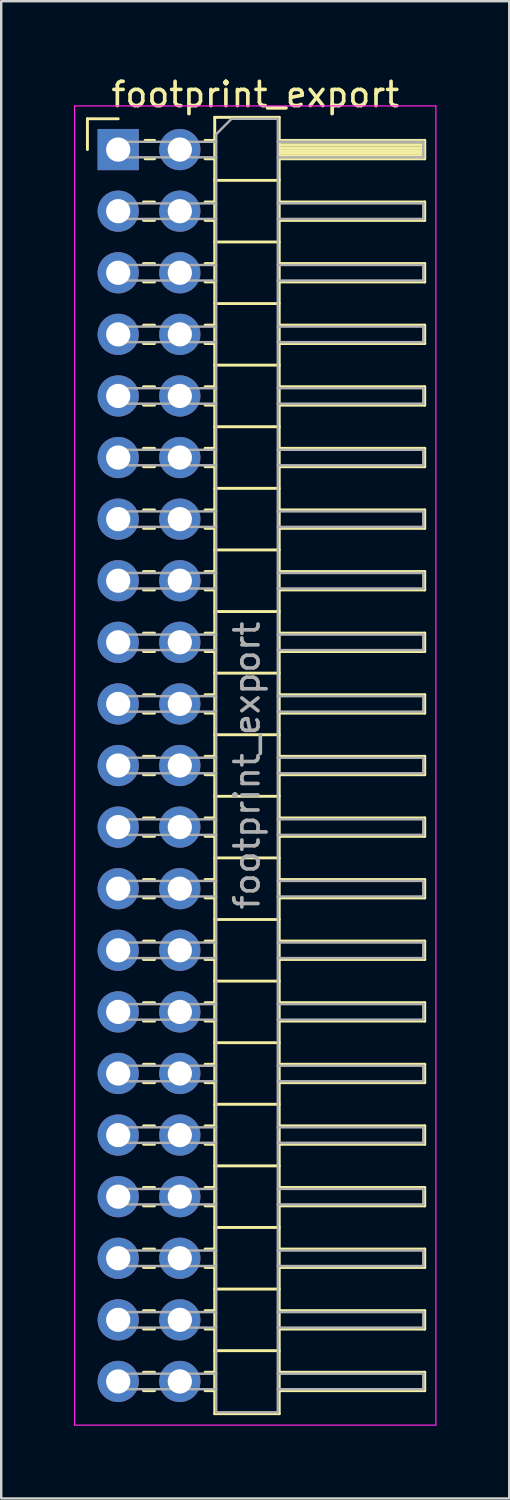
<source format=kicad_pcb>
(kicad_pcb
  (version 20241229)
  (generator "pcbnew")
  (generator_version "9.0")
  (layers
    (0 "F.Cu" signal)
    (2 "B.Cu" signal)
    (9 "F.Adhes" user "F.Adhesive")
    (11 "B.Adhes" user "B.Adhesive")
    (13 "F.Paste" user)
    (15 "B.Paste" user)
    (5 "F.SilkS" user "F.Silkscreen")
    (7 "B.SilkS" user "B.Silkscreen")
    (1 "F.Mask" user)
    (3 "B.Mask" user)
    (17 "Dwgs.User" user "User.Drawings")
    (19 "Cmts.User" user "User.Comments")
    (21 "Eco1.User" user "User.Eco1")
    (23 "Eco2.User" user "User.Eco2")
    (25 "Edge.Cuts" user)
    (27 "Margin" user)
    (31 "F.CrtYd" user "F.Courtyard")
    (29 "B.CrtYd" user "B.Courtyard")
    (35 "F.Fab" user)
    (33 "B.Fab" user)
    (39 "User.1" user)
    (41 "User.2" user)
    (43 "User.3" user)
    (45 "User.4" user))
  (footprint "footprint_export"
    (layer "F.Cu")
    (at 1.825 3.118)
    (property "Reference" "footprint_export" (at 5.655 -2.27 0) (layer "F.SilkS") (effects (font (size 1 1) (thickness 0.15))))
    (attr through_hole)
    (fp_line (start -1.27 -1.27) (end 0 -1.27) (stroke (width 0.12) (type solid)) (layer "F.SilkS"))
    (fp_line (start -1.27 0) (end -1.27 -1.27) (stroke (width 0.12) (type solid)) (layer "F.SilkS"))
    (fp_line (start 1.043 2.16) (end 1.497 2.16) (stroke (width 0.12) (type solid)) (layer "F.SilkS"))
    (fp_line (start 1.043 2.92) (end 1.497 2.92) (stroke (width 0.12) (type solid)) (layer "F.SilkS"))
    (fp_line (start 1.043 4.7) (end 1.497 4.7) (stroke (width 0.12) (type solid)) (layer "F.SilkS"))
    (fp_line (start 1.043 5.46) (end 1.497 5.46) (stroke (width 0.12) (type solid)) (layer "F.SilkS"))
    (fp_line (start 1.043 7.24) (end 1.497 7.24) (stroke (width 0.12) (type solid)) (layer "F.SilkS"))
    (fp_line (start 1.043 8) (end 1.497 8) (stroke (width 0.12) (type solid)) (layer "F.SilkS"))
    (fp_line (start 1.043 9.78) (end 1.497 9.78) (stroke (width 0.12) (type solid)) (layer "F.SilkS"))
    (fp_line (start 1.043 10.54) (end 1.497 10.54) (stroke (width 0.12) (type solid)) (layer "F.SilkS"))
    (fp_line (start 1.043 12.32) (end 1.497 12.32) (stroke (width 0.12) (type solid)) (layer "F.SilkS"))
    (fp_line (start 1.043 13.08) (end 1.497 13.08) (stroke (width 0.12) (type solid)) (layer "F.SilkS"))
    (fp_line (start 1.043 14.86) (end 1.497 14.86) (stroke (width 0.12) (type solid)) (layer "F.SilkS"))
    (fp_line (start 1.043 15.62) (end 1.497 15.62) (stroke (width 0.12) (type solid)) (layer "F.SilkS"))
    (fp_line (start 1.043 17.4) (end 1.497 17.4) (stroke (width 0.12) (type solid)) (layer "F.SilkS"))
    (fp_line (start 1.043 18.16) (end 1.497 18.16) (stroke (width 0.12) (type solid)) (layer "F.SilkS"))
    (fp_line (start 1.043 19.94) (end 1.497 19.94) (stroke (width 0.12) (type solid)) (layer "F.SilkS"))
    (fp_line (start 1.043 20.7) (end 1.497 20.7) (stroke (width 0.12) (type solid)) (layer "F.SilkS"))
    (fp_line (start 1.043 22.48) (end 1.497 22.48) (stroke (width 0.12) (type solid)) (layer "F.SilkS"))
    (fp_line (start 1.043 23.24) (end 1.497 23.24) (stroke (width 0.12) (type solid)) (layer "F.SilkS"))
    (fp_line (start 1.043 25.02) (end 1.497 25.02) (stroke (width 0.12) (type solid)) (layer "F.SilkS"))
    (fp_line (start 1.043 25.78) (end 1.497 25.78) (stroke (width 0.12) (type solid)) (layer "F.SilkS"))
    (fp_line (start 1.043 27.56) (end 1.497 27.56) (stroke (width 0.12) (type solid)) (layer "F.SilkS"))
    (fp_line (start 1.043 28.32) (end 1.497 28.32) (stroke (width 0.12) (type solid)) (layer "F.SilkS"))
    (fp_line (start 1.043 30.1) (end 1.497 30.1) (stroke (width 0.12) (type solid)) (layer "F.SilkS"))
    (fp_line (start 1.043 30.86) (end 1.497 30.86) (stroke (width 0.12) (type solid)) (layer "F.SilkS"))
    (fp_line (start 1.043 32.64) (end 1.497 32.64) (stroke (width 0.12) (type solid)) (layer "F.SilkS"))
    (fp_line (start 1.043 33.4) (end 1.497 33.4) (stroke (width 0.12) (type solid)) (layer "F.SilkS"))
    (fp_line (start 1.043 35.18) (end 1.497 35.18) (stroke (width 0.12) (type solid)) (layer "F.SilkS"))
    (fp_line (start 1.043 35.94) (end 1.497 35.94) (stroke (width 0.12) (type solid)) (layer "F.SilkS"))
    (fp_line (start 1.043 37.72) (end 1.497 37.72) (stroke (width 0.12) (type solid)) (layer "F.SilkS"))
    (fp_line (start 1.043 38.48) (end 1.497 38.48) (stroke (width 0.12) (type solid)) (layer "F.SilkS"))
    (fp_line (start 1.043 40.26) (end 1.497 40.26) (stroke (width 0.12) (type solid)) (layer "F.SilkS"))
    (fp_line (start 1.043 41.02) (end 1.497 41.02) (stroke (width 0.12) (type solid)) (layer "F.SilkS"))
    (fp_line (start 1.043 42.8) (end 1.497 42.8) (stroke (width 0.12) (type solid)) (layer "F.SilkS"))
    (fp_line (start 1.043 43.56) (end 1.497 43.56) (stroke (width 0.12) (type solid)) (layer "F.SilkS"))
    (fp_line (start 1.043 45.34) (end 1.497 45.34) (stroke (width 0.12) (type solid)) (layer "F.SilkS"))
    (fp_line (start 1.043 46.1) (end 1.497 46.1) (stroke (width 0.12) (type solid)) (layer "F.SilkS"))
    (fp_line (start 1.043 47.88) (end 1.497 47.88) (stroke (width 0.12) (type solid)) (layer "F.SilkS"))
    (fp_line (start 1.043 48.64) (end 1.497 48.64) (stroke (width 0.12) (type solid)) (layer "F.SilkS"))
    (fp_line (start 1.043 50.42) (end 1.497 50.42) (stroke (width 0.12) (type solid)) (layer "F.SilkS"))
    (fp_line (start 1.043 51.18) (end 1.497 51.18) (stroke (width 0.12) (type solid)) (layer "F.SilkS"))
    (fp_line (start 1.11 -0.38) (end 1.497 -0.38) (stroke (width 0.12) (type solid)) (layer "F.SilkS"))
    (fp_line (start 1.11 0.38) (end 1.497 0.38) (stroke (width 0.12) (type solid)) (layer "F.SilkS"))
    (fp_line (start 3.583 -0.38) (end 3.98 -0.38) (stroke (width 0.12) (type solid)) (layer "F.SilkS"))
    (fp_line (start 3.583 0.38) (end 3.98 0.38) (stroke (width 0.12) (type solid)) (layer "F.SilkS"))
    (fp_line (start 3.583 2.16) (end 3.98 2.16) (stroke (width 0.12) (type solid)) (layer "F.SilkS"))
    (fp_line (start 3.583 2.92) (end 3.98 2.92) (stroke (width 0.12) (type solid)) (layer "F.SilkS"))
    (fp_line (start 3.583 4.7) (end 3.98 4.7) (stroke (width 0.12) (type solid)) (layer "F.SilkS"))
    (fp_line (start 3.583 5.46) (end 3.98 5.46) (stroke (width 0.12) (type solid)) (layer "F.SilkS"))
    (fp_line (start 3.583 7.24) (end 3.98 7.24) (stroke (width 0.12) (type solid)) (layer "F.SilkS"))
    (fp_line (start 3.583 8) (end 3.98 8) (stroke (width 0.12) (type solid)) (layer "F.SilkS"))
    (fp_line (start 3.583 9.78) (end 3.98 9.78) (stroke (width 0.12) (type solid)) (layer "F.SilkS"))
    (fp_line (start 3.583 10.54) (end 3.98 10.54) (stroke (width 0.12) (type solid)) (layer "F.SilkS"))
    (fp_line (start 3.583 12.32) (end 3.98 12.32) (stroke (width 0.12) (type solid)) (layer "F.SilkS"))
    (fp_line (start 3.583 13.08) (end 3.98 13.08) (stroke (width 0.12) (type solid)) (layer "F.SilkS"))
    (fp_line (start 3.583 14.86) (end 3.98 14.86) (stroke (width 0.12) (type solid)) (layer "F.SilkS"))
    (fp_line (start 3.583 15.62) (end 3.98 15.62) (stroke (width 0.12) (type solid)) (layer "F.SilkS"))
    (fp_line (start 3.583 17.4) (end 3.98 17.4) (stroke (width 0.12) (type solid)) (layer "F.SilkS"))
    (fp_line (start 3.583 18.16) (end 3.98 18.16) (stroke (width 0.12) (type solid)) (layer "F.SilkS"))
    (fp_line (start 3.583 19.94) (end 3.98 19.94) (stroke (width 0.12) (type solid)) (layer "F.SilkS"))
    (fp_line (start 3.583 20.7) (end 3.98 20.7) (stroke (width 0.12) (type solid)) (layer "F.SilkS"))
    (fp_line (start 3.583 22.48) (end 3.98 22.48) (stroke (width 0.12) (type solid)) (layer "F.SilkS"))
    (fp_line (start 3.583 23.24) (end 3.98 23.24) (stroke (width 0.12) (type solid)) (layer "F.SilkS"))
    (fp_line (start 3.583 25.02) (end 3.98 25.02) (stroke (width 0.12) (type solid)) (layer "F.SilkS"))
    (fp_line (start 3.583 25.78) (end 3.98 25.78) (stroke (width 0.12) (type solid)) (layer "F.SilkS"))
    (fp_line (start 3.583 27.56) (end 3.98 27.56) (stroke (width 0.12) (type solid)) (layer "F.SilkS"))
    (fp_line (start 3.583 28.32) (end 3.98 28.32) (stroke (width 0.12) (type solid)) (layer "F.SilkS"))
    (fp_line (start 3.583 30.1) (end 3.98 30.1) (stroke (width 0.12) (type solid)) (layer "F.SilkS"))
    (fp_line (start 3.583 30.86) (end 3.98 30.86) (stroke (width 0.12) (type solid)) (layer "F.SilkS"))
    (fp_line (start 3.583 32.64) (end 3.98 32.64) (stroke (width 0.12) (type solid)) (layer "F.SilkS"))
    (fp_line (start 3.583 33.4) (end 3.98 33.4) (stroke (width 0.12) (type solid)) (layer "F.SilkS"))
    (fp_line (start 3.583 35.18) (end 3.98 35.18) (stroke (width 0.12) (type solid)) (layer "F.SilkS"))
    (fp_line (start 3.583 35.94) (end 3.98 35.94) (stroke (width 0.12) (type solid)) (layer "F.SilkS"))
    (fp_line (start 3.583 37.72) (end 3.98 37.72) (stroke (width 0.12) (type solid)) (layer "F.SilkS"))
    (fp_line (start 3.583 38.48) (end 3.98 38.48) (stroke (width 0.12) (type solid)) (layer "F.SilkS"))
    (fp_line (start 3.583 40.26) (end 3.98 40.26) (stroke (width 0.12) (type solid)) (layer "F.SilkS"))
    (fp_line (start 3.583 41.02) (end 3.98 41.02) (stroke (width 0.12) (type solid)) (layer "F.SilkS"))
    (fp_line (start 3.583 42.8) (end 3.98 42.8) (stroke (width 0.12) (type solid)) (layer "F.SilkS"))
    (fp_line (start 3.583 43.56) (end 3.98 43.56) (stroke (width 0.12) (type solid)) (layer "F.SilkS"))
    (fp_line (start 3.583 45.34) (end 3.98 45.34) (stroke (width 0.12) (type solid)) (layer "F.SilkS"))
    (fp_line (start 3.583 46.1) (end 3.98 46.1) (stroke (width 0.12) (type solid)) (layer "F.SilkS"))
    (fp_line (start 3.583 47.88) (end 3.98 47.88) (stroke (width 0.12) (type solid)) (layer "F.SilkS"))
    (fp_line (start 3.583 48.64) (end 3.98 48.64) (stroke (width 0.12) (type solid)) (layer "F.SilkS"))
    (fp_line (start 3.583 50.42) (end 3.98 50.42) (stroke (width 0.12) (type solid)) (layer "F.SilkS"))
    (fp_line (start 3.583 51.18) (end 3.98 51.18) (stroke (width 0.12) (type solid)) (layer "F.SilkS"))
    (fp_line (start 3.98 -1.33) (end 3.98 52.13) (stroke (width 0.12) (type solid)) (layer "F.SilkS"))
    (fp_line (start 3.98 1.27) (end 6.64 1.27) (stroke (width 0.12) (type solid)) (layer "F.SilkS"))
    (fp_line (start 3.98 3.81) (end 6.64 3.81) (stroke (width 0.12) (type solid)) (layer "F.SilkS"))
    (fp_line (start 3.98 6.35) (end 6.64 6.35) (stroke (width 0.12) (type solid)) (layer "F.SilkS"))
    (fp_line (start 3.98 8.89) (end 6.64 8.89) (stroke (width 0.12) (type solid)) (layer "F.SilkS"))
    (fp_line (start 3.98 11.43) (end 6.64 11.43) (stroke (width 0.12) (type solid)) (layer "F.SilkS"))
    (fp_line (start 3.98 13.97) (end 6.64 13.97) (stroke (width 0.12) (type solid)) (layer "F.SilkS"))
    (fp_line (start 3.98 16.51) (end 6.64 16.51) (stroke (width 0.12) (type solid)) (layer "F.SilkS"))
    (fp_line (start 3.98 19.05) (end 6.64 19.05) (stroke (width 0.12) (type solid)) (layer "F.SilkS"))
    (fp_line (start 3.98 21.59) (end 6.64 21.59) (stroke (width 0.12) (type solid)) (layer "F.SilkS"))
    (fp_line (start 3.98 24.13) (end 6.64 24.13) (stroke (width 0.12) (type solid)) (layer "F.SilkS"))
    (fp_line (start 3.98 26.67) (end 6.64 26.67) (stroke (width 0.12) (type solid)) (layer "F.SilkS"))
    (fp_line (start 3.98 29.21) (end 6.64 29.21) (stroke (width 0.12) (type solid)) (layer "F.SilkS"))
    (fp_line (start 3.98 31.75) (end 6.64 31.75) (stroke (width 0.12) (type solid)) (layer "F.SilkS"))
    (fp_line (start 3.98 34.29) (end 6.64 34.29) (stroke (width 0.12) (type solid)) (layer "F.SilkS"))
    (fp_line (start 3.98 36.83) (end 6.64 36.83) (stroke (width 0.12) (type solid)) (layer "F.SilkS"))
    (fp_line (start 3.98 39.37) (end 6.64 39.37) (stroke (width 0.12) (type solid)) (layer "F.SilkS"))
    (fp_line (start 3.98 41.91) (end 6.64 41.91) (stroke (width 0.12) (type solid)) (layer "F.SilkS"))
    (fp_line (start 3.98 44.45) (end 6.64 44.45) (stroke (width 0.12) (type solid)) (layer "F.SilkS"))
    (fp_line (start 3.98 46.99) (end 6.64 46.99) (stroke (width 0.12) (type solid)) (layer "F.SilkS"))
    (fp_line (start 3.98 49.53) (end 6.64 49.53) (stroke (width 0.12) (type solid)) (layer "F.SilkS"))
    (fp_line (start 3.98 52.13) (end 6.64 52.13) (stroke (width 0.12) (type solid)) (layer "F.SilkS"))
    (fp_line (start 6.64 -1.33) (end 3.98 -1.33) (stroke (width 0.12) (type solid)) (layer "F.SilkS"))
    (fp_line (start 6.64 -0.38) (end 12.64 -0.38) (stroke (width 0.12) (type solid)) (layer "F.SilkS"))
    (fp_line (start 6.64 -0.32) (end 12.64 -0.32) (stroke (width 0.12) (type solid)) (layer "F.SilkS"))
    (fp_line (start 6.64 -0.2) (end 12.64 -0.2) (stroke (width 0.12) (type solid)) (layer "F.SilkS"))
    (fp_line (start 6.64 -0.08) (end 12.64 -0.08) (stroke (width 0.12) (type solid)) (layer "F.SilkS"))
    (fp_line (start 6.64 0.04) (end 12.64 0.04) (stroke (width 0.12) (type solid)) (layer "F.SilkS"))
    (fp_line (start 6.64 0.16) (end 12.64 0.16) (stroke (width 0.12) (type solid)) (layer "F.SilkS"))
    (fp_line (start 6.64 0.28) (end 12.64 0.28) (stroke (width 0.12) (type solid)) (layer "F.SilkS"))
    (fp_line (start 6.64 2.16) (end 12.64 2.16) (stroke (width 0.12) (type solid)) (layer "F.SilkS"))
    (fp_line (start 6.64 4.7) (end 12.64 4.7) (stroke (width 0.12) (type solid)) (layer "F.SilkS"))
    (fp_line (start 6.64 7.24) (end 12.64 7.24) (stroke (width 0.12) (type solid)) (layer "F.SilkS"))
    (fp_line (start 6.64 9.78) (end 12.64 9.78) (stroke (width 0.12) (type solid)) (layer "F.SilkS"))
    (fp_line (start 6.64 12.32) (end 12.64 12.32) (stroke (width 0.12) (type solid)) (layer "F.SilkS"))
    (fp_line (start 6.64 14.86) (end 12.64 14.86) (stroke (width 0.12) (type solid)) (layer "F.SilkS"))
    (fp_line (start 6.64 17.4) (end 12.64 17.4) (stroke (width 0.12) (type solid)) (layer "F.SilkS"))
    (fp_line (start 6.64 19.94) (end 12.64 19.94) (stroke (width 0.12) (type solid)) (layer "F.SilkS"))
    (fp_line (start 6.64 22.48) (end 12.64 22.48) (stroke (width 0.12) (type solid)) (layer "F.SilkS"))
    (fp_line (start 6.64 25.02) (end 12.64 25.02) (stroke (width 0.12) (type solid)) (layer "F.SilkS"))
    (fp_line (start 6.64 27.56) (end 12.64 27.56) (stroke (width 0.12) (type solid)) (layer "F.SilkS"))
    (fp_line (start 6.64 30.1) (end 12.64 30.1) (stroke (width 0.12) (type solid)) (layer "F.SilkS"))
    (fp_line (start 6.64 32.64) (end 12.64 32.64) (stroke (width 0.12) (type solid)) (layer "F.SilkS"))
    (fp_line (start 6.64 35.18) (end 12.64 35.18) (stroke (width 0.12) (type solid)) (layer "F.SilkS"))
    (fp_line (start 6.64 37.72) (end 12.64 37.72) (stroke (width 0.12) (type solid)) (layer "F.SilkS"))
    (fp_line (start 6.64 40.26) (end 12.64 40.26) (stroke (width 0.12) (type solid)) (layer "F.SilkS"))
    (fp_line (start 6.64 42.8) (end 12.64 42.8) (stroke (width 0.12) (type solid)) (layer "F.SilkS"))
    (fp_line (start 6.64 45.34) (end 12.64 45.34) (stroke (width 0.12) (type solid)) (layer "F.SilkS"))
    (fp_line (start 6.64 47.88) (end 12.64 47.88) (stroke (width 0.12) (type solid)) (layer "F.SilkS"))
    (fp_line (start 6.64 50.42) (end 12.64 50.42) (stroke (width 0.12) (type solid)) (layer "F.SilkS"))
    (fp_line (start 6.64 52.13) (end 6.64 -1.33) (stroke (width 0.12) (type solid)) (layer "F.SilkS"))
    (fp_line (start 12.64 -0.38) (end 12.64 0.38) (stroke (width 0.12) (type solid)) (layer "F.SilkS"))
    (fp_line (start 12.64 0.38) (end 6.64 0.38) (stroke (width 0.12) (type solid)) (layer "F.SilkS"))
    (fp_line (start 12.64 2.16) (end 12.64 2.92) (stroke (width 0.12) (type solid)) (layer "F.SilkS"))
    (fp_line (start 12.64 2.92) (end 6.64 2.92) (stroke (width 0.12) (type solid)) (layer "F.SilkS"))
    (fp_line (start 12.64 4.7) (end 12.64 5.46) (stroke (width 0.12) (type solid)) (layer "F.SilkS"))
    (fp_line (start 12.64 5.46) (end 6.64 5.46) (stroke (width 0.12) (type solid)) (layer "F.SilkS"))
    (fp_line (start 12.64 7.24) (end 12.64 8) (stroke (width 0.12) (type solid)) (layer "F.SilkS"))
    (fp_line (start 12.64 8) (end 6.64 8) (stroke (width 0.12) (type solid)) (layer "F.SilkS"))
    (fp_line (start 12.64 9.78) (end 12.64 10.54) (stroke (width 0.12) (type solid)) (layer "F.SilkS"))
    (fp_line (start 12.64 10.54) (end 6.64 10.54) (stroke (width 0.12) (type solid)) (layer "F.SilkS"))
    (fp_line (start 12.64 12.32) (end 12.64 13.08) (stroke (width 0.12) (type solid)) (layer "F.SilkS"))
    (fp_line (start 12.64 13.08) (end 6.64 13.08) (stroke (width 0.12) (type solid)) (layer "F.SilkS"))
    (fp_line (start 12.64 14.86) (end 12.64 15.62) (stroke (width 0.12) (type solid)) (layer "F.SilkS"))
    (fp_line (start 12.64 15.62) (end 6.64 15.62) (stroke (width 0.12) (type solid)) (layer "F.SilkS"))
    (fp_line (start 12.64 17.4) (end 12.64 18.16) (stroke (width 0.12) (type solid)) (layer "F.SilkS"))
    (fp_line (start 12.64 18.16) (end 6.64 18.16) (stroke (width 0.12) (type solid)) (layer "F.SilkS"))
    (fp_line (start 12.64 19.94) (end 12.64 20.7) (stroke (width 0.12) (type solid)) (layer "F.SilkS"))
    (fp_line (start 12.64 20.7) (end 6.64 20.7) (stroke (width 0.12) (type solid)) (layer "F.SilkS"))
    (fp_line (start 12.64 22.48) (end 12.64 23.24) (stroke (width 0.12) (type solid)) (layer "F.SilkS"))
    (fp_line (start 12.64 23.24) (end 6.64 23.24) (stroke (width 0.12) (type solid)) (layer "F.SilkS"))
    (fp_line (start 12.64 25.02) (end 12.64 25.78) (stroke (width 0.12) (type solid)) (layer "F.SilkS"))
    (fp_line (start 12.64 25.78) (end 6.64 25.78) (stroke (width 0.12) (type solid)) (layer "F.SilkS"))
    (fp_line (start 12.64 27.56) (end 12.64 28.32) (stroke (width 0.12) (type solid)) (layer "F.SilkS"))
    (fp_line (start 12.64 28.32) (end 6.64 28.32) (stroke (width 0.12) (type solid)) (layer "F.SilkS"))
    (fp_line (start 12.64 30.1) (end 12.64 30.86) (stroke (width 0.12) (type solid)) (layer "F.SilkS"))
    (fp_line (start 12.64 30.86) (end 6.64 30.86) (stroke (width 0.12) (type solid)) (layer "F.SilkS"))
    (fp_line (start 12.64 32.64) (end 12.64 33.4) (stroke (width 0.12) (type solid)) (layer "F.SilkS"))
    (fp_line (start 12.64 33.4) (end 6.64 33.4) (stroke (width 0.12) (type solid)) (layer "F.SilkS"))
    (fp_line (start 12.64 35.18) (end 12.64 35.94) (stroke (width 0.12) (type solid)) (layer "F.SilkS"))
    (fp_line (start 12.64 35.94) (end 6.64 35.94) (stroke (width 0.12) (type solid)) (layer "F.SilkS"))
    (fp_line (start 12.64 37.72) (end 12.64 38.48) (stroke (width 0.12) (type solid)) (layer "F.SilkS"))
    (fp_line (start 12.64 38.48) (end 6.64 38.48) (stroke (width 0.12) (type solid)) (layer "F.SilkS"))
    (fp_line (start 12.64 40.26) (end 12.64 41.02) (stroke (width 0.12) (type solid)) (layer "F.SilkS"))
    (fp_line (start 12.64 41.02) (end 6.64 41.02) (stroke (width 0.12) (type solid)) (layer "F.SilkS"))
    (fp_line (start 12.64 42.8) (end 12.64 43.56) (stroke (width 0.12) (type solid)) (layer "F.SilkS"))
    (fp_line (start 12.64 43.56) (end 6.64 43.56) (stroke (width 0.12) (type solid)) (layer "F.SilkS"))
    (fp_line (start 12.64 45.34) (end 12.64 46.1) (stroke (width 0.12) (type solid)) (layer "F.SilkS"))
    (fp_line (start 12.64 46.1) (end 6.64 46.1) (stroke (width 0.12) (type solid)) (layer "F.SilkS"))
    (fp_line (start 12.64 47.88) (end 12.64 48.64) (stroke (width 0.12) (type solid)) (layer "F.SilkS"))
    (fp_line (start 12.64 48.64) (end 6.64 48.64) (stroke (width 0.12) (type solid)) (layer "F.SilkS"))
    (fp_line (start 12.64 50.42) (end 12.64 51.18) (stroke (width 0.12) (type solid)) (layer "F.SilkS"))
    (fp_line (start 12.64 51.18) (end 6.64 51.18) (stroke (width 0.12) (type solid)) (layer "F.SilkS"))
    (fp_line (start -1.8 -1.8) (end -1.8 52.6) (stroke (width 0.05) (type solid)) (layer "F.CrtYd"))
    (fp_line (start -1.8 52.6) (end 13.1 52.6) (stroke (width 0.05) (type solid)) (layer "F.CrtYd"))
    (fp_line (start 13.1 -1.8) (end -1.8 -1.8) (stroke (width 0.05) (type solid)) (layer "F.CrtYd"))
    (fp_line (start 13.1 52.6) (end 13.1 -1.8) (stroke (width 0.05) (type solid)) (layer "F.CrtYd"))
    (fp_line (start -0.32 -0.32) (end -0.32 0.32) (stroke (width 0.1) (type solid)) (layer "F.Fab"))
    (fp_line (start -0.32 -0.32) (end 4.04 -0.32) (stroke (width 0.1) (type solid)) (layer "F.Fab"))
    (fp_line (start -0.32 0.32) (end 4.04 0.32) (stroke (width 0.1) (type solid)) (layer "F.Fab"))
    (fp_line (start -0.32 2.22) (end -0.32 2.86) (stroke (width 0.1) (type solid)) (layer "F.Fab"))
    (fp_line (start -0.32 2.22) (end 4.04 2.22) (stroke (width 0.1) (type solid)) (layer "F.Fab"))
    (fp_line (start -0.32 2.86) (end 4.04 2.86) (stroke (width 0.1) (type solid)) (layer "F.Fab"))
    (fp_line (start -0.32 4.76) (end -0.32 5.4) (stroke (width 0.1) (type solid)) (layer "F.Fab"))
    (fp_line (start -0.32 4.76) (end 4.04 4.76) (stroke (width 0.1) (type solid)) (layer "F.Fab"))
    (fp_line (start -0.32 5.4) (end 4.04 5.4) (stroke (width 0.1) (type solid)) (layer "F.Fab"))
    (fp_line (start -0.32 7.3) (end -0.32 7.94) (stroke (width 0.1) (type solid)) (layer "F.Fab"))
    (fp_line (start -0.32 7.3) (end 4.04 7.3) (stroke (width 0.1) (type solid)) (layer "F.Fab"))
    (fp_line (start -0.32 7.94) (end 4.04 7.94) (stroke (width 0.1) (type solid)) (layer "F.Fab"))
    (fp_line (start -0.32 9.84) (end -0.32 10.48) (stroke (width 0.1) (type solid)) (layer "F.Fab"))
    (fp_line (start -0.32 9.84) (end 4.04 9.84) (stroke (width 0.1) (type solid)) (layer "F.Fab"))
    (fp_line (start -0.32 10.48) (end 4.04 10.48) (stroke (width 0.1) (type solid)) (layer "F.Fab"))
    (fp_line (start -0.32 12.38) (end -0.32 13.02) (stroke (width 0.1) (type solid)) (layer "F.Fab"))
    (fp_line (start -0.32 12.38) (end 4.04 12.38) (stroke (width 0.1) (type solid)) (layer "F.Fab"))
    (fp_line (start -0.32 13.02) (end 4.04 13.02) (stroke (width 0.1) (type solid)) (layer "F.Fab"))
    (fp_line (start -0.32 14.92) (end -0.32 15.56) (stroke (width 0.1) (type solid)) (layer "F.Fab"))
    (fp_line (start -0.32 14.92) (end 4.04 14.92) (stroke (width 0.1) (type solid)) (layer "F.Fab"))
    (fp_line (start -0.32 15.56) (end 4.04 15.56) (stroke (width 0.1) (type solid)) (layer "F.Fab"))
    (fp_line (start -0.32 17.46) (end -0.32 18.1) (stroke (width 0.1) (type solid)) (layer "F.Fab"))
    (fp_line (start -0.32 17.46) (end 4.04 17.46) (stroke (width 0.1) (type solid)) (layer "F.Fab"))
    (fp_line (start -0.32 18.1) (end 4.04 18.1) (stroke (width 0.1) (type solid)) (layer "F.Fab"))
    (fp_line (start -0.32 20) (end -0.32 20.64) (stroke (width 0.1) (type solid)) (layer "F.Fab"))
    (fp_line (start -0.32 20) (end 4.04 20) (stroke (width 0.1) (type solid)) (layer "F.Fab"))
    (fp_line (start -0.32 20.64) (end 4.04 20.64) (stroke (width 0.1) (type solid)) (layer "F.Fab"))
    (fp_line (start -0.32 22.54) (end -0.32 23.18) (stroke (width 0.1) (type solid)) (layer "F.Fab"))
    (fp_line (start -0.32 22.54) (end 4.04 22.54) (stroke (width 0.1) (type solid)) (layer "F.Fab"))
    (fp_line (start -0.32 23.18) (end 4.04 23.18) (stroke (width 0.1) (type solid)) (layer "F.Fab"))
    (fp_line (start -0.32 25.08) (end -0.32 25.72) (stroke (width 0.1) (type solid)) (layer "F.Fab"))
    (fp_line (start -0.32 25.08) (end 4.04 25.08) (stroke (width 0.1) (type solid)) (layer "F.Fab"))
    (fp_line (start -0.32 25.72) (end 4.04 25.72) (stroke (width 0.1) (type solid)) (layer "F.Fab"))
    (fp_line (start -0.32 27.62) (end -0.32 28.26) (stroke (width 0.1) (type solid)) (layer "F.Fab"))
    (fp_line (start -0.32 27.62) (end 4.04 27.62) (stroke (width 0.1) (type solid)) (layer "F.Fab"))
    (fp_line (start -0.32 28.26) (end 4.04 28.26) (stroke (width 0.1) (type solid)) (layer "F.Fab"))
    (fp_line (start -0.32 30.16) (end -0.32 30.8) (stroke (width 0.1) (type solid)) (layer "F.Fab"))
    (fp_line (start -0.32 30.16) (end 4.04 30.16) (stroke (width 0.1) (type solid)) (layer "F.Fab"))
    (fp_line (start -0.32 30.8) (end 4.04 30.8) (stroke (width 0.1) (type solid)) (layer "F.Fab"))
    (fp_line (start -0.32 32.7) (end -0.32 33.34) (stroke (width 0.1) (type solid)) (layer "F.Fab"))
    (fp_line (start -0.32 32.7) (end 4.04 32.7) (stroke (width 0.1) (type solid)) (layer "F.Fab"))
    (fp_line (start -0.32 33.34) (end 4.04 33.34) (stroke (width 0.1) (type solid)) (layer "F.Fab"))
    (fp_line (start -0.32 35.24) (end -0.32 35.88) (stroke (width 0.1) (type solid)) (layer "F.Fab"))
    (fp_line (start -0.32 35.24) (end 4.04 35.24) (stroke (width 0.1) (type solid)) (layer "F.Fab"))
    (fp_line (start -0.32 35.88) (end 4.04 35.88) (stroke (width 0.1) (type solid)) (layer "F.Fab"))
    (fp_line (start -0.32 37.78) (end -0.32 38.42) (stroke (width 0.1) (type solid)) (layer "F.Fab"))
    (fp_line (start -0.32 37.78) (end 4.04 37.78) (stroke (width 0.1) (type solid)) (layer "F.Fab"))
    (fp_line (start -0.32 38.42) (end 4.04 38.42) (stroke (width 0.1) (type solid)) (layer "F.Fab"))
    (fp_line (start -0.32 40.32) (end -0.32 40.96) (stroke (width 0.1) (type solid)) (layer "F.Fab"))
    (fp_line (start -0.32 40.32) (end 4.04 40.32) (stroke (width 0.1) (type solid)) (layer "F.Fab"))
    (fp_line (start -0.32 40.96) (end 4.04 40.96) (stroke (width 0.1) (type solid)) (layer "F.Fab"))
    (fp_line (start -0.32 42.86) (end -0.32 43.5) (stroke (width 0.1) (type solid)) (layer "F.Fab"))
    (fp_line (start -0.32 42.86) (end 4.04 42.86) (stroke (width 0.1) (type solid)) (layer "F.Fab"))
    (fp_line (start -0.32 43.5) (end 4.04 43.5) (stroke (width 0.1) (type solid)) (layer "F.Fab"))
    (fp_line (start -0.32 45.4) (end -0.32 46.04) (stroke (width 0.1) (type solid)) (layer "F.Fab"))
    (fp_line (start -0.32 45.4) (end 4.04 45.4) (stroke (width 0.1) (type solid)) (layer "F.Fab"))
    (fp_line (start -0.32 46.04) (end 4.04 46.04) (stroke (width 0.1) (type solid)) (layer "F.Fab"))
    (fp_line (start -0.32 47.94) (end -0.32 48.58) (stroke (width 0.1) (type solid)) (layer "F.Fab"))
    (fp_line (start -0.32 47.94) (end 4.04 47.94) (stroke (width 0.1) (type solid)) (layer "F.Fab"))
    (fp_line (start -0.32 48.58) (end 4.04 48.58) (stroke (width 0.1) (type solid)) (layer "F.Fab"))
    (fp_line (start -0.32 50.48) (end -0.32 51.12) (stroke (width 0.1) (type solid)) (layer "F.Fab"))
    (fp_line (start -0.32 50.48) (end 4.04 50.48) (stroke (width 0.1) (type solid)) (layer "F.Fab"))
    (fp_line (start -0.32 51.12) (end 4.04 51.12) (stroke (width 0.1) (type solid)) (layer "F.Fab"))
    (fp_line (start 4.04 -0.635) (end 4.675 -1.27) (stroke (width 0.1) (type solid)) (layer "F.Fab"))
    (fp_line (start 4.04 52.07) (end 4.04 -0.635) (stroke (width 0.1) (type solid)) (layer "F.Fab"))
    (fp_line (start 4.675 -1.27) (end 6.58 -1.27) (stroke (width 0.1) (type solid)) (layer "F.Fab"))
    (fp_line (start 6.58 -1.27) (end 6.58 52.07) (stroke (width 0.1) (type solid)) (layer "F.Fab"))
    (fp_line (start 6.58 -0.32) (end 12.58 -0.32) (stroke (width 0.1) (type solid)) (layer "F.Fab"))
    (fp_line (start 6.58 0.32) (end 12.58 0.32) (stroke (width 0.1) (type solid)) (layer "F.Fab"))
    (fp_line (start 6.58 2.22) (end 12.58 2.22) (stroke (width 0.1) (type solid)) (layer "F.Fab"))
    (fp_line (start 6.58 2.86) (end 12.58 2.86) (stroke (width 0.1) (type solid)) (layer "F.Fab"))
    (fp_line (start 6.58 4.76) (end 12.58 4.76) (stroke (width 0.1) (type solid)) (layer "F.Fab"))
    (fp_line (start 6.58 5.4) (end 12.58 5.4) (stroke (width 0.1) (type solid)) (layer "F.Fab"))
    (fp_line (start 6.58 7.3) (end 12.58 7.3) (stroke (width 0.1) (type solid)) (layer "F.Fab"))
    (fp_line (start 6.58 7.94) (end 12.58 7.94) (stroke (width 0.1) (type solid)) (layer "F.Fab"))
    (fp_line (start 6.58 9.84) (end 12.58 9.84) (stroke (width 0.1) (type solid)) (layer "F.Fab"))
    (fp_line (start 6.58 10.48) (end 12.58 10.48) (stroke (width 0.1) (type solid)) (layer "F.Fab"))
    (fp_line (start 6.58 12.38) (end 12.58 12.38) (stroke (width 0.1) (type solid)) (layer "F.Fab"))
    (fp_line (start 6.58 13.02) (end 12.58 13.02) (stroke (width 0.1) (type solid)) (layer "F.Fab"))
    (fp_line (start 6.58 14.92) (end 12.58 14.92) (stroke (width 0.1) (type solid)) (layer "F.Fab"))
    (fp_line (start 6.58 15.56) (end 12.58 15.56) (stroke (width 0.1) (type solid)) (layer "F.Fab"))
    (fp_line (start 6.58 17.46) (end 12.58 17.46) (stroke (width 0.1) (type solid)) (layer "F.Fab"))
    (fp_line (start 6.58 18.1) (end 12.58 18.1) (stroke (width 0.1) (type solid)) (layer "F.Fab"))
    (fp_line (start 6.58 20) (end 12.58 20) (stroke (width 0.1) (type solid)) (layer "F.Fab"))
    (fp_line (start 6.58 20.64) (end 12.58 20.64) (stroke (width 0.1) (type solid)) (layer "F.Fab"))
    (fp_line (start 6.58 22.54) (end 12.58 22.54) (stroke (width 0.1) (type solid)) (layer "F.Fab"))
    (fp_line (start 6.58 23.18) (end 12.58 23.18) (stroke (width 0.1) (type solid)) (layer "F.Fab"))
    (fp_line (start 6.58 25.08) (end 12.58 25.08) (stroke (width 0.1) (type solid)) (layer "F.Fab"))
    (fp_line (start 6.58 25.72) (end 12.58 25.72) (stroke (width 0.1) (type solid)) (layer "F.Fab"))
    (fp_line (start 6.58 27.62) (end 12.58 27.62) (stroke (width 0.1) (type solid)) (layer "F.Fab"))
    (fp_line (start 6.58 28.26) (end 12.58 28.26) (stroke (width 0.1) (type solid)) (layer "F.Fab"))
    (fp_line (start 6.58 30.16) (end 12.58 30.16) (stroke (width 0.1) (type solid)) (layer "F.Fab"))
    (fp_line (start 6.58 30.8) (end 12.58 30.8) (stroke (width 0.1) (type solid)) (layer "F.Fab"))
    (fp_line (start 6.58 32.7) (end 12.58 32.7) (stroke (width 0.1) (type solid)) (layer "F.Fab"))
    (fp_line (start 6.58 33.34) (end 12.58 33.34) (stroke (width 0.1) (type solid)) (layer "F.Fab"))
    (fp_line (start 6.58 35.24) (end 12.58 35.24) (stroke (width 0.1) (type solid)) (layer "F.Fab"))
    (fp_line (start 6.58 35.88) (end 12.58 35.88) (stroke (width 0.1) (type solid)) (layer "F.Fab"))
    (fp_line (start 6.58 37.78) (end 12.58 37.78) (stroke (width 0.1) (type solid)) (layer "F.Fab"))
    (fp_line (start 6.58 38.42) (end 12.58 38.42) (stroke (width 0.1) (type solid)) (layer "F.Fab"))
    (fp_line (start 6.58 40.32) (end 12.58 40.32) (stroke (width 0.1) (type solid)) (layer "F.Fab"))
    (fp_line (start 6.58 40.96) (end 12.58 40.96) (stroke (width 0.1) (type solid)) (layer "F.Fab"))
    (fp_line (start 6.58 42.86) (end 12.58 42.86) (stroke (width 0.1) (type solid)) (layer "F.Fab"))
    (fp_line (start 6.58 43.5) (end 12.58 43.5) (stroke (width 0.1) (type solid)) (layer "F.Fab"))
    (fp_line (start 6.58 45.4) (end 12.58 45.4) (stroke (width 0.1) (type solid)) (layer "F.Fab"))
    (fp_line (start 6.58 46.04) (end 12.58 46.04) (stroke (width 0.1) (type solid)) (layer "F.Fab"))
    (fp_line (start 6.58 47.94) (end 12.58 47.94) (stroke (width 0.1) (type solid)) (layer "F.Fab"))
    (fp_line (start 6.58 48.58) (end 12.58 48.58) (stroke (width 0.1) (type solid)) (layer "F.Fab"))
    (fp_line (start 6.58 50.48) (end 12.58 50.48) (stroke (width 0.1) (type solid)) (layer "F.Fab"))
    (fp_line (start 6.58 51.12) (end 12.58 51.12) (stroke (width 0.1) (type solid)) (layer "F.Fab"))
    (fp_line (start 6.58 52.07) (end 4.04 52.07) (stroke (width 0.1) (type solid)) (layer "F.Fab"))
    (fp_line (start 12.58 -0.32) (end 12.58 0.32) (stroke (width 0.1) (type solid)) (layer "F.Fab"))
    (fp_line (start 12.58 2.22) (end 12.58 2.86) (stroke (width 0.1) (type solid)) (layer "F.Fab"))
    (fp_line (start 12.58 4.76) (end 12.58 5.4) (stroke (width 0.1) (type solid)) (layer "F.Fab"))
    (fp_line (start 12.58 7.3) (end 12.58 7.94) (stroke (width 0.1) (type solid)) (layer "F.Fab"))
    (fp_line (start 12.58 9.84) (end 12.58 10.48) (stroke (width 0.1) (type solid)) (layer "F.Fab"))
    (fp_line (start 12.58 12.38) (end 12.58 13.02) (stroke (width 0.1) (type solid)) (layer "F.Fab"))
    (fp_line (start 12.58 14.92) (end 12.58 15.56) (stroke (width 0.1) (type solid)) (layer "F.Fab"))
    (fp_line (start 12.58 17.46) (end 12.58 18.1) (stroke (width 0.1) (type solid)) (layer "F.Fab"))
    (fp_line (start 12.58 20) (end 12.58 20.64) (stroke (width 0.1) (type solid)) (layer "F.Fab"))
    (fp_line (start 12.58 22.54) (end 12.58 23.18) (stroke (width 0.1) (type solid)) (layer "F.Fab"))
    (fp_line (start 12.58 25.08) (end 12.58 25.72) (stroke (width 0.1) (type solid)) (layer "F.Fab"))
    (fp_line (start 12.58 27.62) (end 12.58 28.26) (stroke (width 0.1) (type solid)) (layer "F.Fab"))
    (fp_line (start 12.58 30.16) (end 12.58 30.8) (stroke (width 0.1) (type solid)) (layer "F.Fab"))
    (fp_line (start 12.58 32.7) (end 12.58 33.34) (stroke (width 0.1) (type solid)) (layer "F.Fab"))
    (fp_line (start 12.58 35.24) (end 12.58 35.88) (stroke (width 0.1) (type solid)) (layer "F.Fab"))
    (fp_line (start 12.58 37.78) (end 12.58 38.42) (stroke (width 0.1) (type solid)) (layer "F.Fab"))
    (fp_line (start 12.58 40.32) (end 12.58 40.96) (stroke (width 0.1) (type solid)) (layer "F.Fab"))
    (fp_line (start 12.58 42.86) (end 12.58 43.5) (stroke (width 0.1) (type solid)) (layer "F.Fab"))
    (fp_line (start 12.58 45.4) (end 12.58 46.04) (stroke (width 0.1) (type solid)) (layer "F.Fab"))
    (fp_line (start 12.58 47.94) (end 12.58 48.58) (stroke (width 0.1) (type solid)) (layer "F.Fab"))
    (fp_line (start 12.58 50.48) (end 12.58 51.12) (stroke (width 0.1) (type solid)) (layer "F.Fab"))
    (fp_text user "${REFERENCE}" (at 5.31 25.4 90) (layer "F.Fab") (effects (font (size 1 1) (thickness 0.15))))
    (pad "1" thru_hole rect (at 0 0) (size 1.7 1.7) (drill 1) (layers "*.Cu" "*.Mask"))
    (pad "2" thru_hole oval (at 2.54 0) (size 1.7 1.7) (drill 1) (layers "*.Cu" "*.Mask"))
    (pad "3" thru_hole oval (at 0 2.54) (size 1.7 1.7) (drill 1) (layers "*.Cu" "*.Mask"))
    (pad "4" thru_hole oval (at 2.54 2.54) (size 1.7 1.7) (drill 1) (layers "*.Cu" "*.Mask"))
    (pad "5" thru_hole oval (at 0 5.08) (size 1.7 1.7) (drill 1) (layers "*.Cu" "*.Mask"))
    (pad "6" thru_hole oval (at 2.54 5.08) (size 1.7 1.7) (drill 1) (layers "*.Cu" "*.Mask"))
    (pad "7" thru_hole oval (at 0 7.62) (size 1.7 1.7) (drill 1) (layers "*.Cu" "*.Mask"))
    (pad "8" thru_hole oval (at 2.54 7.62) (size 1.7 1.7) (drill 1) (layers "*.Cu" "*.Mask"))
    (pad "9" thru_hole oval (at 0 10.16) (size 1.7 1.7) (drill 1) (layers "*.Cu" "*.Mask"))
    (pad "10" thru_hole oval (at 2.54 10.16) (size 1.7 1.7) (drill 1) (layers "*.Cu" "*.Mask"))
    (pad "11" thru_hole oval (at 0 12.7) (size 1.7 1.7) (drill 1) (layers "*.Cu" "*.Mask"))
    (pad "12" thru_hole oval (at 2.54 12.7) (size 1.7 1.7) (drill 1) (layers "*.Cu" "*.Mask"))
    (pad "13" thru_hole oval (at 0 15.24) (size 1.7 1.7) (drill 1) (layers "*.Cu" "*.Mask"))
    (pad "14" thru_hole oval (at 2.54 15.24) (size 1.7 1.7) (drill 1) (layers "*.Cu" "*.Mask"))
    (pad "15" thru_hole oval (at 0 17.78) (size 1.7 1.7) (drill 1) (layers "*.Cu" "*.Mask"))
    (pad "16" thru_hole oval (at 2.54 17.78) (size 1.7 1.7) (drill 1) (layers "*.Cu" "*.Mask"))
    (pad "17" thru_hole oval (at 0 20.32) (size 1.7 1.7) (drill 1) (layers "*.Cu" "*.Mask"))
    (pad "18" thru_hole oval (at 2.54 20.32) (size 1.7 1.7) (drill 1) (layers "*.Cu" "*.Mask"))
    (pad "19" thru_hole oval (at 0 22.86) (size 1.7 1.7) (drill 1) (layers "*.Cu" "*.Mask"))
    (pad "20" thru_hole oval (at 2.54 22.86) (size 1.7 1.7) (drill 1) (layers "*.Cu" "*.Mask"))
    (pad "21" thru_hole oval (at 0 25.4) (size 1.7 1.7) (drill 1) (layers "*.Cu" "*.Mask"))
    (pad "22" thru_hole oval (at 2.54 25.4) (size 1.7 1.7) (drill 1) (layers "*.Cu" "*.Mask"))
    (pad "23" thru_hole oval (at 0 27.94) (size 1.7 1.7) (drill 1) (layers "*.Cu" "*.Mask"))
    (pad "24" thru_hole oval (at 2.54 27.94) (size 1.7 1.7) (drill 1) (layers "*.Cu" "*.Mask"))
    (pad "25" thru_hole oval (at 0 30.48) (size 1.7 1.7) (drill 1) (layers "*.Cu" "*.Mask"))
    (pad "26" thru_hole oval (at 2.54 30.48) (size 1.7 1.7) (drill 1) (layers "*.Cu" "*.Mask"))
    (pad "27" thru_hole oval (at 0 33.02) (size 1.7 1.7) (drill 1) (layers "*.Cu" "*.Mask"))
    (pad "28" thru_hole oval (at 2.54 33.02) (size 1.7 1.7) (drill 1) (layers "*.Cu" "*.Mask"))
    (pad "29" thru_hole oval (at 0 35.56) (size 1.7 1.7) (drill 1) (layers "*.Cu" "*.Mask"))
    (pad "30" thru_hole oval (at 2.54 35.56) (size 1.7 1.7) (drill 1) (layers "*.Cu" "*.Mask"))
    (pad "31" thru_hole oval (at 0 38.1) (size 1.7 1.7) (drill 1) (layers "*.Cu" "*.Mask"))
    (pad "32" thru_hole oval (at 2.54 38.1) (size 1.7 1.7) (drill 1) (layers "*.Cu" "*.Mask"))
    (pad "33" thru_hole oval (at 0 40.64) (size 1.7 1.7) (drill 1) (layers "*.Cu" "*.Mask"))
    (pad "34" thru_hole oval (at 2.54 40.64) (size 1.7 1.7) (drill 1) (layers "*.Cu" "*.Mask"))
    (pad "35" thru_hole oval (at 0 43.18) (size 1.7 1.7) (drill 1) (layers "*.Cu" "*.Mask"))
    (pad "36" thru_hole oval (at 2.54 43.18) (size 1.7 1.7) (drill 1) (layers "*.Cu" "*.Mask"))
    (pad "37" thru_hole oval (at 0 45.72) (size 1.7 1.7) (drill 1) (layers "*.Cu" "*.Mask"))
    (pad "38" thru_hole oval (at 2.54 45.72) (size 1.7 1.7) (drill 1) (layers "*.Cu" "*.Mask"))
    (pad "39" thru_hole oval (at 0 48.26) (size 1.7 1.7) (drill 1) (layers "*.Cu" "*.Mask"))
    (pad "40" thru_hole oval (at 2.54 48.26) (size 1.7 1.7) (drill 1) (layers "*.Cu" "*.Mask"))
    (pad "41" thru_hole oval (at 0 50.8) (size 1.7 1.7) (drill 1) (layers "*.Cu" "*.Mask"))
    (pad "42" thru_hole oval (at 2.54 50.8) (size 1.7 1.7) (drill 1) (layers "*.Cu" "*.Mask")))
  (gr_rect
    (start -3 -3)
    (end 17.95 58.743)
    (stroke (width 0.1) (type default))
    (fill no)
    (layer "Edge.Cuts")))
</source>
